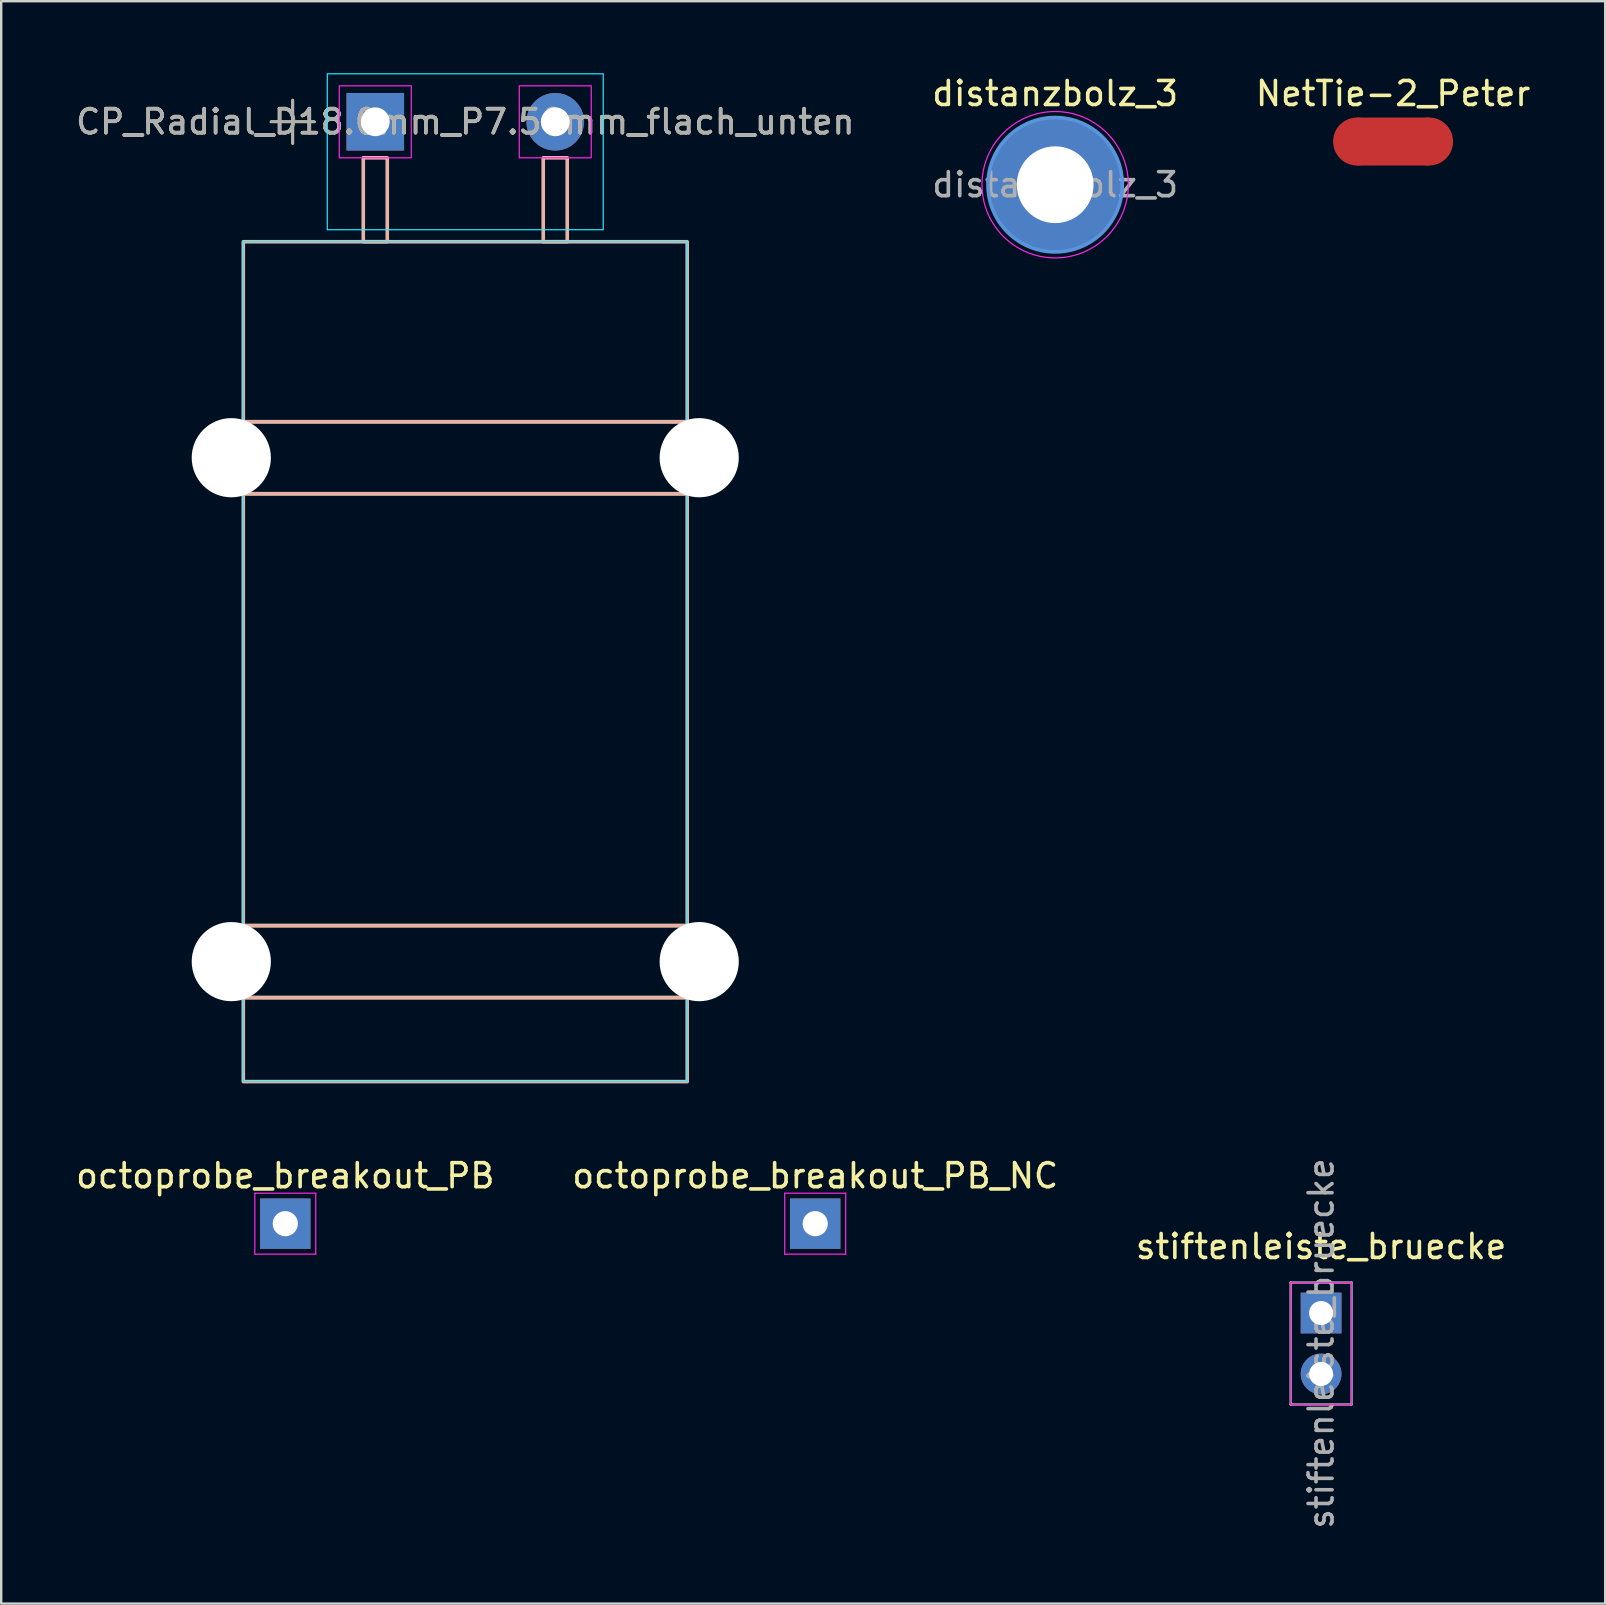
<source format=kicad_pcb>
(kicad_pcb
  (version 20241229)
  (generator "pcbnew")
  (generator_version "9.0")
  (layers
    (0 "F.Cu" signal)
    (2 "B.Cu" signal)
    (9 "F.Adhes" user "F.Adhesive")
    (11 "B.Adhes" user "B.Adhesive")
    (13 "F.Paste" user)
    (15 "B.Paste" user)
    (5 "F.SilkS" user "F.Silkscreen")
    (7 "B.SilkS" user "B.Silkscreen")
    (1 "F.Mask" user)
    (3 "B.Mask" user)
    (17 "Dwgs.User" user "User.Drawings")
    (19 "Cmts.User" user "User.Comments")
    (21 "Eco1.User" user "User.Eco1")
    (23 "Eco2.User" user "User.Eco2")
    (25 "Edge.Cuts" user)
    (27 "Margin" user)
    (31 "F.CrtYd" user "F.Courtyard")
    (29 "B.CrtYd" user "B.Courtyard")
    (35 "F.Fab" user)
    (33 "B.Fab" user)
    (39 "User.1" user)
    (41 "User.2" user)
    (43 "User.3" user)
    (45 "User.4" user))
  (footprint "octoprobe_breakout_PB"
    (layer "F.Cu")
    (at 8.839 47.946)
    (property "Reference" "octoprobe_breakout_PB" (at 0 -1.998 0) (layer "F.SilkS") (effects (font (size 1 1) (thickness 0.15))))
    (attr exclude_from_pos_files exclude_from_bom)
    (fp_line (start -1.27 -1.27) (end -1.27 1.27) (stroke (width 0.05) (type solid)) (layer "F.CrtYd"))
    (fp_line (start -1.27 -1.27) (end 1.27 -1.27) (stroke (width 0.05) (type solid)) (layer "F.CrtYd"))
    (fp_line (start 1.27 1.27) (end -1.27 1.27) (stroke (width 0.05) (type solid)) (layer "F.CrtYd"))
    (fp_line (start 1.27 1.27) (end 1.27 -1.27) (stroke (width 0.05) (type solid)) (layer "F.CrtYd"))
    (pad "1" thru_hole rect (at 0 0) (size 2.1 2.1) (drill 1.05) (layers "*.Cu" "*.Mask")))
  (footprint "stiftenleiste_bruecke"
    (layer "F.Cu")
    (at 52.006 51.669)
    (property "Reference" "stiftenleiste_bruecke" (at 0 -2.77 0) (layer "F.SilkS") (effects (font (size 1 1) (thickness 0.15))))
    (attr through_hole)
    (fp_line (start -1.27 -1.27) (end 1.27 -1.27) (stroke (width 0.05) (type solid)) (layer "F.CrtYd"))
    (fp_line (start -1.27 3.81) (end -1.27 -1.27) (stroke (width 0.05) (type solid)) (layer "F.CrtYd"))
    (fp_line (start 1.27 -1.27) (end 1.27 3.81) (stroke (width 0.05) (type solid)) (layer "F.CrtYd"))
    (fp_line (start 1.27 3.81) (end -1.27 3.81) (stroke (width 0.05) (type solid)) (layer "F.CrtYd"))
    (fp_line (start -1.27 -1.27) (end 1.27 -1.27) (stroke (width 0.1) (type solid)) (layer "F.Fab"))
    (fp_line (start -1.27 3.81) (end -1.27 -1.27) (stroke (width 0.1) (type solid)) (layer "F.Fab"))
    (fp_line (start 1.27 -1.27) (end 1.27 3.81) (stroke (width 0.1) (type solid)) (layer "F.Fab"))
    (fp_line (start 1.27 3.81) (end -1.27 3.81) (stroke (width 0.1) (type solid)) (layer "F.Fab"))
    (fp_text user "${REFERENCE}" (at 0 1.27 90) (layer "F.Fab") (effects (font (size 1 1) (thickness 0.15))))
    (pad "1" thru_hole rect (at 0 0) (size 1.7 1.7) (drill 1) (layers "*.Cu" "*.Mask"))
    (pad "2" thru_hole oval (at 0 2.54) (size 1.7 1.7) (drill 1) (layers "*.Cu" "*.Mask")))
  (footprint "distanzbolz_3"
    (layer "F.Cu")
    (at 40.923 4.648)
    (property "Reference" "distanzbolz_3" (at 0 -3.8 0) (layer "F.SilkS") (effects (font (size 1 1) (thickness 0.15))))
    (attr exclude_from_pos_files exclude_from_bom)
    (fp_circle (center 0 0) (end 2.8 0) (stroke (width 0.15) (type solid)) (fill no) (layer "Cmts.User"))
    (fp_circle (center 0 0) (end 3.05 0) (stroke (width 0.05) (type solid)) (fill no) (layer "F.CrtYd"))
    (fp_text user "${REFERENCE}" (at 0 0 0) (layer "F.Fab") (effects (font (size 1 1) (thickness 0.15))))
    (pad "1" thru_hole circle (at 0 0) (size 5.6 5.6) (drill 3.2) (layers "*.Cu" "*.Mask")))
  (footprint "CP_Radial_D18.0mm_P7.50mm_flach_unten"
    (layer "F.Cu")
    (at 12.589 2.025)
    (property "Reference" "CP_Radial_D18.0mm_P7.50mm_flach_unten" (at 3.75 0 0) (layer "F.SilkS") (effects (font (size 1 1) (thickness 0.15))))
    (attr through_hole)
    (fp_line (start -4.34 0) (end -2.54 0) (stroke (width 0.12) (type solid)) (layer "F.SilkS"))
    (fp_line (start -3.44 -0.9) (end -3.44 0.9) (stroke (width 0.12) (type solid)) (layer "F.SilkS"))
    (fp_rect (start -5.5 12.5) (end 13 15.5) (stroke (width 0.15) (type default)) (fill no) (layer "F.SilkS"))
    (fp_rect (start -5.5 33.5) (end 13 36.5) (stroke (width 0.15) (type default)) (fill no) (layer "F.SilkS"))
    (fp_rect (start -5.5 5) (end 13 40) (stroke (width 0.15) (type default)) (fill no) (layer "B.SilkS"))
    (fp_rect (start -5.5 12.5) (end 13 15.5) (stroke (width 0.15) (type default)) (fill no) (layer "B.SilkS"))
    (fp_rect (start -5.5 33.5) (end 13 36.5) (stroke (width 0.15) (type default)) (fill no) (layer "B.SilkS"))
    (fp_rect (start -0.5 1.5) (end 0.5 5) (stroke (width 0.15) (type default)) (fill no) (layer "B.SilkS"))
    (fp_rect (start 7 1.5) (end 8 5) (stroke (width 0.15) (type default)) (fill no) (layer "B.SilkS"))
    (fp_rect (start -5.5 5) (end 13 40) (stroke (width 0.05) (type solid)) (fill no) (layer "B.CrtYd"))
    (fp_rect (start -2 -2) (end 9.5 4.5) (stroke (width 0.05) (type default)) (fill no) (layer "B.CrtYd"))
    (fp_rect (start -1.5 -1.5) (end 1.5 1.5) (stroke (width 0.05) (type default)) (fill no) (layer "F.CrtYd"))
    (fp_rect (start 6 -1.5) (end 9 1.5) (stroke (width 0.05) (type default)) (fill no) (layer "F.CrtYd"))
    (fp_line (start -4.34 0) (end -2.54 0) (stroke (width 0.1) (type solid)) (layer "F.Fab"))
    (fp_line (start -3.44 -0.9) (end -3.44 0.9) (stroke (width 0.1) (type solid)) (layer "F.Fab"))
    (fp_text user "${REFERENCE}" (at 3.75 0 0) (layer "F.Fab") (effects (font (size 1 1) (thickness 0.15))))
    (pad "" np_thru_hole circle (at -6 14) (size 3.3 3.3) (drill 3.5) (layers "*.Cu" "*.Mask"))
    (pad "" np_thru_hole circle (at -6 35) (size 3.3 3.3) (drill 3.5) (layers "*.Cu" "*.Mask"))
    (pad "" np_thru_hole circle (at 13.5 14) (size 3.3 3.3) (drill 3.5) (layers "*.Cu" "*.Mask"))
    (pad "" np_thru_hole circle (at 13.5 35) (size 3.3 3.3) (drill 3.5) (layers "*.Cu" "*.Mask"))
    (pad "1" thru_hole rect (at 0 0) (size 2.4 2.4) (drill 1.2) (layers "*.Cu" "*.Mask"))
    (pad "2" thru_hole circle (at 7.5 0) (size 2.4 2.4) (drill 1.2) (layers "*.Cu" "*.Mask")))
  (footprint "octoprobe_breakout_PB_NC"
    (layer "F.Cu")
    (at 30.923 47.946)
    (property "Reference" "octoprobe_breakout_PB_NC" (at 0 -1.998 0) (layer "F.SilkS") (effects (font (size 1 1) (thickness 0.15))))
    (attr exclude_from_pos_files exclude_from_bom)
    (fp_line (start -1.27 -1.27) (end -1.27 1.27) (stroke (width 0.05) (type solid)) (layer "F.CrtYd"))
    (fp_line (start -1.27 -1.27) (end 1.27 -1.27) (stroke (width 0.05) (type solid)) (layer "F.CrtYd"))
    (fp_line (start 1.27 1.27) (end -1.27 1.27) (stroke (width 0.05) (type solid)) (layer "F.CrtYd"))
    (fp_line (start 1.27 1.27) (end 1.27 -1.27) (stroke (width 0.05) (type solid)) (layer "F.CrtYd"))
    (pad "1" thru_hole rect (at 0 0) (size 2.1 2.1) (drill 1.05) (layers "*.Cu" "*.Mask")))
  (footprint "NetTie-2_Peter"
    (layer "F.Cu")
    (at 55.006 2.848)
    (property "Reference" "NetTie-2_Peter" (at 0 -2 0) (layer "F.SilkS") (effects (font (size 1 1) (thickness 0.15))))
    (attr exclude_from_pos_files exclude_from_bom allow_missing_courtyard)
    (fp_poly (pts (xy -1.5 -1) (xy 1.5 -1) (xy 1.5 1) (xy -1.5 1)) (stroke (width 0) (type solid)) (fill yes) (layer "F.Cu"))
    (pad "1" smd circle (at -1.5 0) (size 2 2) (layers "F.Cu"))
    (pad "2" smd circle (at 1.5 0) (size 2 2) (layers "F.Cu")))
  (gr_rect
    (start -3 -3)
    (end 63.845 63.779)
    (stroke (width 0.1) (type default))
    (fill no)
    (layer "Edge.Cuts")))
</source>
